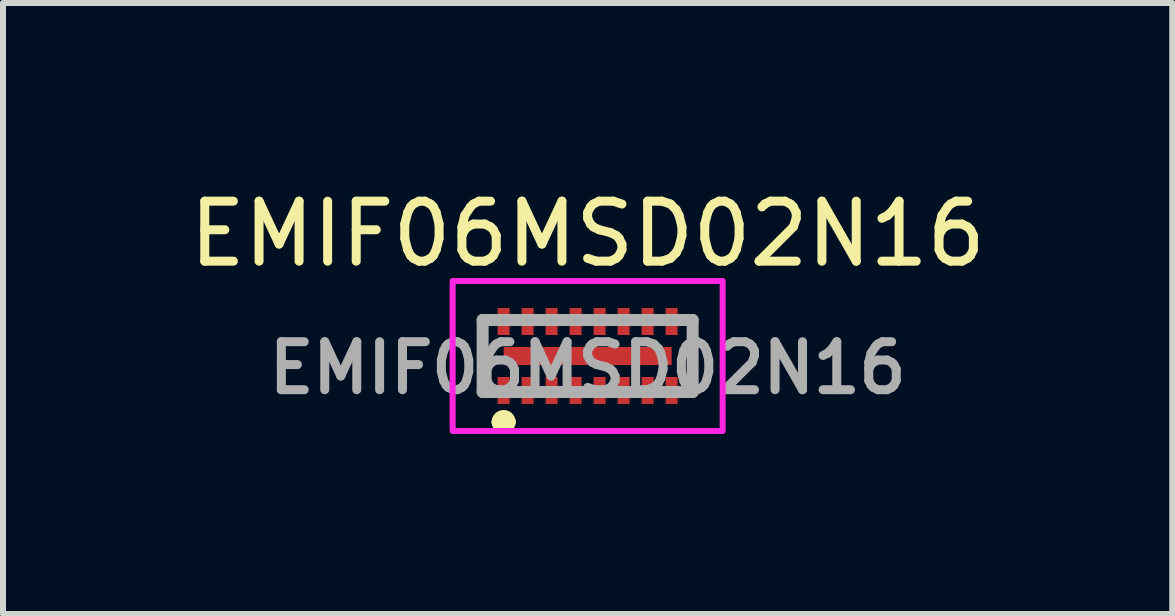
<source format=kicad_pcb>
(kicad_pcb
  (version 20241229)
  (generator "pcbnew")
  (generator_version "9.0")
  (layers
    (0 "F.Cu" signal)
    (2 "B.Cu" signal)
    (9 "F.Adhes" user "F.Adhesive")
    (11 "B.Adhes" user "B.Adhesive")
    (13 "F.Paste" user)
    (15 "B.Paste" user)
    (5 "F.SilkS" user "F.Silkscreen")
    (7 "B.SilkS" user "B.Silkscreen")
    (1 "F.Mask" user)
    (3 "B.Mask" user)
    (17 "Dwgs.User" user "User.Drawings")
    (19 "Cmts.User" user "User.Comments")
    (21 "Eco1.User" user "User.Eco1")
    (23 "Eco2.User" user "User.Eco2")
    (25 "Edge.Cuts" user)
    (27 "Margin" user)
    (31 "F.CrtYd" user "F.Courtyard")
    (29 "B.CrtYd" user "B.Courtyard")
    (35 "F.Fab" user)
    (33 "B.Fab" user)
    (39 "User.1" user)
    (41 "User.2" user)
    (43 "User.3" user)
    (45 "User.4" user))
  (footprint "EMIF06MSD02N16"
    (layer "F.Cu")
    (at 6.744 2.883)
    (property "Reference" "EMIF06MSD02N16" (at 0 -2.035 0) (layer "F.SilkS") (effects (font (size 1 1) (thickness 0.15))))
    (attr smd)
    (fp_line (start -1.75 -0.6) (end -1.75 0.6) (stroke (width 0.1) (type solid)) (layer "F.SilkS"))
    (fp_line (start -1.5 1.1) (end -1.5 1.1) (stroke (width 0.2) (type solid)) (layer "F.SilkS"))
    (fp_line (start -1.3 1.1) (end -1.3 1.1) (stroke (width 0.2) (type solid)) (layer "F.SilkS"))
    (fp_line (start 1.75 -0.6) (end 1.75 0.6) (stroke (width 0.1) (type solid)) (layer "F.SilkS"))
    (fp_arc (start -1.5 1.1) (mid -1.4 1) (end -1.3 1.1) (stroke (width 0.2) (type solid)) (layer "F.SilkS"))
    (fp_arc (start -1.3 1.1) (mid -1.4 1.2) (end -1.5 1.1) (stroke (width 0.2) (type solid)) (layer "F.SilkS"))
    (fp_rect (start -2.25 -1.25) (end 2.25 1.25) (stroke (width 0.1) (type default)) (fill no) (layer "F.CrtYd"))
    (fp_line (start -1.75 -0.6) (end 1.75 -0.6) (stroke (width 0.2) (type solid)) (layer "F.Fab"))
    (fp_line (start -1.75 0.6) (end -1.75 -0.6) (stroke (width 0.2) (type solid)) (layer "F.Fab"))
    (fp_line (start 1.75 -0.6) (end 1.75 0.6) (stroke (width 0.2) (type solid)) (layer "F.Fab"))
    (fp_line (start 1.75 0.6) (end -1.75 0.6) (stroke (width 0.2) (type solid)) (layer "F.Fab"))
    (fp_text user "${REFERENCE}" (at 0 0.2 0) (layer "F.Fab") (effects (font (size 0.8 0.8) (thickness 0.15) (bold yes))))
    (pad "1" smd rect (at -1.4 0.575) (size 0.2 0.45) (layers "F.Cu" "F.Mask" "F.Paste"))
    (pad "2" smd rect (at -1 0.575) (size 0.2 0.45) (layers "F.Cu" "F.Mask" "F.Paste"))
    (pad "3" smd rect (at -0.6 0.575) (size 0.2 0.45) (layers "F.Cu" "F.Mask" "F.Paste"))
    (pad "4" smd rect (at -0.2 0.575) (size 0.2 0.45) (layers "F.Cu" "F.Mask" "F.Paste"))
    (pad "5" smd rect (at 0.2 0.575) (size 0.2 0.45) (layers "F.Cu" "F.Mask" "F.Paste"))
    (pad "6" smd rect (at 0.6 0.575) (size 0.2 0.45) (layers "F.Cu" "F.Mask" "F.Paste"))
    (pad "7" smd rect (at 1 0.575) (size 0.2 0.45) (layers "F.Cu" "F.Mask" "F.Paste"))
    (pad "8" smd rect (at 1.4 0.575) (size 0.2 0.45) (layers "F.Cu" "F.Mask" "F.Paste"))
    (pad "9" smd rect (at 1.4 -0.575) (size 0.2 0.45) (layers "F.Cu" "F.Mask" "F.Paste"))
    (pad "10" smd rect (at 1 -0.575) (size 0.2 0.45) (layers "F.Cu" "F.Mask" "F.Paste"))
    (pad "11" smd rect (at 0.6 -0.575) (size 0.2 0.45) (layers "F.Cu" "F.Mask" "F.Paste"))
    (pad "12" smd rect (at 0.2 -0.575) (size 0.2 0.45) (layers "F.Cu" "F.Mask" "F.Paste"))
    (pad "13" smd rect (at -0.2 -0.575) (size 0.2 0.45) (layers "F.Cu" "F.Mask" "F.Paste"))
    (pad "14" smd rect (at -0.6 -0.575) (size 0.2 0.45) (layers "F.Cu" "F.Mask" "F.Paste"))
    (pad "15" smd rect (at -1 -0.575) (size 0.2 0.45) (layers "F.Cu" "F.Mask" "F.Paste"))
    (pad "16" smd rect (at -1.4 -0.575) (size 0.2 0.45) (layers "F.Cu" "F.Mask" "F.Paste"))
    (pad "17" smd rect (at 0 0 90) (size 0.3 2.8) (layers "F.Cu" "F.Mask" "F.Paste")))
  (gr_rect
    (start -3 -3)
    (end 16.488 7.183)
    (stroke (width 0.1) (type default))
    (fill no)
    (layer "Edge.Cuts")))
</source>
